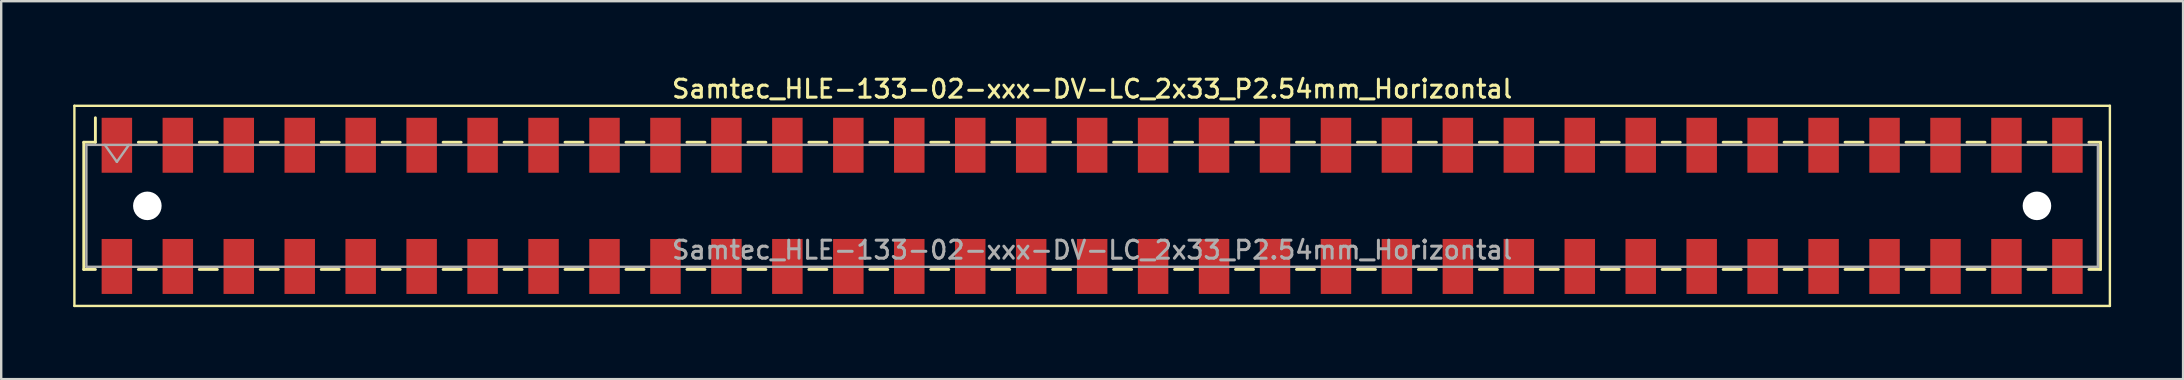
<source format=kicad_pcb>
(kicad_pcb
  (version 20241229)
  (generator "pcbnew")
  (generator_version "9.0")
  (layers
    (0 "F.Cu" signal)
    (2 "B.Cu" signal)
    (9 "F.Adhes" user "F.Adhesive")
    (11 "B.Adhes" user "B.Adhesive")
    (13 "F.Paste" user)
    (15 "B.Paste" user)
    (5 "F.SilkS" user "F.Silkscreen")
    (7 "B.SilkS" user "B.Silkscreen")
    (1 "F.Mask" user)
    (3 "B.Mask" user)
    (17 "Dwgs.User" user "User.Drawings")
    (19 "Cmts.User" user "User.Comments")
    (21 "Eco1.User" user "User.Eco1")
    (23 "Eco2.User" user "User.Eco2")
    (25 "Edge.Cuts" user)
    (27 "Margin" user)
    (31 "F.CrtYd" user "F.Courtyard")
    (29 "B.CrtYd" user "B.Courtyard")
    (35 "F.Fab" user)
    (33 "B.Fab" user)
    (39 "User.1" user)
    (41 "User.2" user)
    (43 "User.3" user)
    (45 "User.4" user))
  (footprint "Samtec_HLE-133-02-xxx-DV-LC_2x33_P2.54mm_Horizontal"
    (layer "F.Cu")
    (at 42.46 5.528)
    (property "Reference" "Samtec_HLE-133-02-xxx-DV-LC_2x33_P2.54mm_Horizontal" (at 0 -4.87 0) (layer "F.SilkS") (effects (font (size 0.75 0.75) (thickness 0.125))))
    (attr smd)
    (fp_line (start -42.41 -4.17) (end 42.41 -4.17) (stroke (width 0.1) (type solid)) (layer "F.SilkS"))
    (fp_line (start -42.41 4.17) (end -42.41 -4.17) (stroke (width 0.1) (type solid)) (layer "F.SilkS"))
    (fp_line (start -42.02 -2.65) (end -42.02 2.65) (stroke (width 0.12) (type solid)) (layer "F.SilkS"))
    (fp_line (start -42.02 2.65) (end -41.535 2.65) (stroke (width 0.12) (type solid)) (layer "F.SilkS"))
    (fp_line (start -41.535 -3.67) (end -41.535 -2.65) (stroke (width 0.12) (type solid)) (layer "F.SilkS"))
    (fp_line (start -41.535 -2.65) (end -42.02 -2.65) (stroke (width 0.12) (type solid)) (layer "F.SilkS"))
    (fp_line (start -39.745 -2.65) (end -38.995 -2.65) (stroke (width 0.12) (type solid)) (layer "F.SilkS"))
    (fp_line (start -39.745 2.65) (end -38.995 2.65) (stroke (width 0.12) (type solid)) (layer "F.SilkS"))
    (fp_line (start -37.205 -2.65) (end -36.455 -2.65) (stroke (width 0.12) (type solid)) (layer "F.SilkS"))
    (fp_line (start -37.205 2.65) (end -36.455 2.65) (stroke (width 0.12) (type solid)) (layer "F.SilkS"))
    (fp_line (start -34.665 -2.65) (end -33.915 -2.65) (stroke (width 0.12) (type solid)) (layer "F.SilkS"))
    (fp_line (start -34.665 2.65) (end -33.915 2.65) (stroke (width 0.12) (type solid)) (layer "F.SilkS"))
    (fp_line (start -32.125 -2.65) (end -31.375 -2.65) (stroke (width 0.12) (type solid)) (layer "F.SilkS"))
    (fp_line (start -32.125 2.65) (end -31.375 2.65) (stroke (width 0.12) (type solid)) (layer "F.SilkS"))
    (fp_line (start -29.585 -2.65) (end -28.835 -2.65) (stroke (width 0.12) (type solid)) (layer "F.SilkS"))
    (fp_line (start -29.585 2.65) (end -28.835 2.65) (stroke (width 0.12) (type solid)) (layer "F.SilkS"))
    (fp_line (start -27.045 -2.65) (end -26.295 -2.65) (stroke (width 0.12) (type solid)) (layer "F.SilkS"))
    (fp_line (start -27.045 2.65) (end -26.295 2.65) (stroke (width 0.12) (type solid)) (layer "F.SilkS"))
    (fp_line (start -24.505 -2.65) (end -23.755 -2.65) (stroke (width 0.12) (type solid)) (layer "F.SilkS"))
    (fp_line (start -24.505 2.65) (end -23.755 2.65) (stroke (width 0.12) (type solid)) (layer "F.SilkS"))
    (fp_line (start -21.965 -2.65) (end -21.215 -2.65) (stroke (width 0.12) (type solid)) (layer "F.SilkS"))
    (fp_line (start -21.965 2.65) (end -21.215 2.65) (stroke (width 0.12) (type solid)) (layer "F.SilkS"))
    (fp_line (start -19.425 -2.65) (end -18.675 -2.65) (stroke (width 0.12) (type solid)) (layer "F.SilkS"))
    (fp_line (start -19.425 2.65) (end -18.675 2.65) (stroke (width 0.12) (type solid)) (layer "F.SilkS"))
    (fp_line (start -16.885 -2.65) (end -16.135 -2.65) (stroke (width 0.12) (type solid)) (layer "F.SilkS"))
    (fp_line (start -16.885 2.65) (end -16.135 2.65) (stroke (width 0.12) (type solid)) (layer "F.SilkS"))
    (fp_line (start -14.345 -2.65) (end -13.595 -2.65) (stroke (width 0.12) (type solid)) (layer "F.SilkS"))
    (fp_line (start -14.345 2.65) (end -13.595 2.65) (stroke (width 0.12) (type solid)) (layer "F.SilkS"))
    (fp_line (start -11.805 -2.65) (end -11.055 -2.65) (stroke (width 0.12) (type solid)) (layer "F.SilkS"))
    (fp_line (start -11.805 2.65) (end -11.055 2.65) (stroke (width 0.12) (type solid)) (layer "F.SilkS"))
    (fp_line (start -9.265 -2.65) (end -8.515 -2.65) (stroke (width 0.12) (type solid)) (layer "F.SilkS"))
    (fp_line (start -9.265 2.65) (end -8.515 2.65) (stroke (width 0.12) (type solid)) (layer "F.SilkS"))
    (fp_line (start -6.725 -2.65) (end -5.975 -2.65) (stroke (width 0.12) (type solid)) (layer "F.SilkS"))
    (fp_line (start -6.725 2.65) (end -5.975 2.65) (stroke (width 0.12) (type solid)) (layer "F.SilkS"))
    (fp_line (start -4.185 -2.65) (end -3.435 -2.65) (stroke (width 0.12) (type solid)) (layer "F.SilkS"))
    (fp_line (start -4.185 2.65) (end -3.435 2.65) (stroke (width 0.12) (type solid)) (layer "F.SilkS"))
    (fp_line (start -1.645 -2.65) (end -0.895 -2.65) (stroke (width 0.12) (type solid)) (layer "F.SilkS"))
    (fp_line (start -1.645 2.65) (end -0.895 2.65) (stroke (width 0.12) (type solid)) (layer "F.SilkS"))
    (fp_line (start 0.895 -2.65) (end 1.645 -2.65) (stroke (width 0.12) (type solid)) (layer "F.SilkS"))
    (fp_line (start 0.895 2.65) (end 1.645 2.65) (stroke (width 0.12) (type solid)) (layer "F.SilkS"))
    (fp_line (start 3.435 -2.65) (end 4.185 -2.65) (stroke (width 0.12) (type solid)) (layer "F.SilkS"))
    (fp_line (start 3.435 2.65) (end 4.185 2.65) (stroke (width 0.12) (type solid)) (layer "F.SilkS"))
    (fp_line (start 5.975 -2.65) (end 6.725 -2.65) (stroke (width 0.12) (type solid)) (layer "F.SilkS"))
    (fp_line (start 5.975 2.65) (end 6.725 2.65) (stroke (width 0.12) (type solid)) (layer "F.SilkS"))
    (fp_line (start 8.515 -2.65) (end 9.265 -2.65) (stroke (width 0.12) (type solid)) (layer "F.SilkS"))
    (fp_line (start 8.515 2.65) (end 9.265 2.65) (stroke (width 0.12) (type solid)) (layer "F.SilkS"))
    (fp_line (start 11.055 -2.65) (end 11.805 -2.65) (stroke (width 0.12) (type solid)) (layer "F.SilkS"))
    (fp_line (start 11.055 2.65) (end 11.805 2.65) (stroke (width 0.12) (type solid)) (layer "F.SilkS"))
    (fp_line (start 13.595 -2.65) (end 14.345 -2.65) (stroke (width 0.12) (type solid)) (layer "F.SilkS"))
    (fp_line (start 13.595 2.65) (end 14.345 2.65) (stroke (width 0.12) (type solid)) (layer "F.SilkS"))
    (fp_line (start 16.135 -2.65) (end 16.885 -2.65) (stroke (width 0.12) (type solid)) (layer "F.SilkS"))
    (fp_line (start 16.135 2.65) (end 16.885 2.65) (stroke (width 0.12) (type solid)) (layer "F.SilkS"))
    (fp_line (start 18.675 -2.65) (end 19.425 -2.65) (stroke (width 0.12) (type solid)) (layer "F.SilkS"))
    (fp_line (start 18.675 2.65) (end 19.425 2.65) (stroke (width 0.12) (type solid)) (layer "F.SilkS"))
    (fp_line (start 21.215 -2.65) (end 21.965 -2.65) (stroke (width 0.12) (type solid)) (layer "F.SilkS"))
    (fp_line (start 21.215 2.65) (end 21.965 2.65) (stroke (width 0.12) (type solid)) (layer "F.SilkS"))
    (fp_line (start 23.755 -2.65) (end 24.505 -2.65) (stroke (width 0.12) (type solid)) (layer "F.SilkS"))
    (fp_line (start 23.755 2.65) (end 24.505 2.65) (stroke (width 0.12) (type solid)) (layer "F.SilkS"))
    (fp_line (start 26.295 -2.65) (end 27.045 -2.65) (stroke (width 0.12) (type solid)) (layer "F.SilkS"))
    (fp_line (start 26.295 2.65) (end 27.045 2.65) (stroke (width 0.12) (type solid)) (layer "F.SilkS"))
    (fp_line (start 28.835 -2.65) (end 29.585 -2.65) (stroke (width 0.12) (type solid)) (layer "F.SilkS"))
    (fp_line (start 28.835 2.65) (end 29.585 2.65) (stroke (width 0.12) (type solid)) (layer "F.SilkS"))
    (fp_line (start 31.375 -2.65) (end 32.125 -2.65) (stroke (width 0.12) (type solid)) (layer "F.SilkS"))
    (fp_line (start 31.375 2.65) (end 32.125 2.65) (stroke (width 0.12) (type solid)) (layer "F.SilkS"))
    (fp_line (start 33.915 -2.65) (end 34.665 -2.65) (stroke (width 0.12) (type solid)) (layer "F.SilkS"))
    (fp_line (start 33.915 2.65) (end 34.665 2.65) (stroke (width 0.12) (type solid)) (layer "F.SilkS"))
    (fp_line (start 36.455 -2.65) (end 37.205 -2.65) (stroke (width 0.12) (type solid)) (layer "F.SilkS"))
    (fp_line (start 36.455 2.65) (end 37.205 2.65) (stroke (width 0.12) (type solid)) (layer "F.SilkS"))
    (fp_line (start 38.995 -2.65) (end 39.745 -2.65) (stroke (width 0.12) (type solid)) (layer "F.SilkS"))
    (fp_line (start 38.995 2.65) (end 39.745 2.65) (stroke (width 0.12) (type solid)) (layer "F.SilkS"))
    (fp_line (start 41.535 -2.65) (end 42.02 -2.65) (stroke (width 0.12) (type solid)) (layer "F.SilkS"))
    (fp_line (start 42.02 -2.65) (end 42.02 2.65) (stroke (width 0.12) (type solid)) (layer "F.SilkS"))
    (fp_line (start 42.02 2.65) (end 41.535 2.65) (stroke (width 0.12) (type solid)) (layer "F.SilkS"))
    (fp_line (start 42.41 -4.17) (end 42.41 4.17) (stroke (width 0.1) (type solid)) (layer "F.SilkS"))
    (fp_line (start 42.41 4.17) (end -42.41 4.17) (stroke (width 0.1) (type solid)) (layer "F.SilkS"))
    (fp_line (start -41.91 -2.54) (end 41.91 -2.54) (stroke (width 0.1) (type solid)) (layer "F.Fab"))
    (fp_line (start -41.91 2.54) (end -41.91 -2.54) (stroke (width 0.1) (type solid)) (layer "F.Fab"))
    (fp_line (start -41.14 -2.54) (end -40.64 -1.833) (stroke (width 0.1) (type solid)) (layer "F.Fab"))
    (fp_line (start -40.64 -1.833) (end -40.14 -2.54) (stroke (width 0.1) (type solid)) (layer "F.Fab"))
    (fp_line (start 41.91 -2.54) (end 41.91 2.54) (stroke (width 0.1) (type solid)) (layer "F.Fab"))
    (fp_line (start 41.91 2.54) (end -41.91 2.54) (stroke (width 0.1) (type solid)) (layer "F.Fab"))
    (fp_text user "${REFERENCE}" (at 0 1.84 0) (layer "F.Fab") (effects (font (size 0.75 0.75) (thickness 0.125))))
    (pad "" np_thru_hole circle (at -39.37 0) (size 1.19 1.19) (drill 1.19) (layers "*.Cu" "*.Mask"))
    (pad "" np_thru_hole circle (at 39.37 0) (size 1.19 1.19) (drill 1.19) (layers "*.Cu" "*.Mask"))
    (pad "1" smd rect (at -40.64 -2.525) (size 1.27 2.29) (layers "F.Cu" "F.Mask" "F.Paste"))
    (pad "2" smd rect (at -40.64 2.525) (size 1.27 2.29) (layers "F.Cu" "F.Mask" "F.Paste"))
    (pad "3" smd rect (at -38.1 -2.525) (size 1.27 2.29) (layers "F.Cu" "F.Mask" "F.Paste"))
    (pad "4" smd rect (at -38.1 2.525) (size 1.27 2.29) (layers "F.Cu" "F.Mask" "F.Paste"))
    (pad "5" smd rect (at -35.56 -2.525) (size 1.27 2.29) (layers "F.Cu" "F.Mask" "F.Paste"))
    (pad "6" smd rect (at -35.56 2.525) (size 1.27 2.29) (layers "F.Cu" "F.Mask" "F.Paste"))
    (pad "7" smd rect (at -33.02 -2.525) (size 1.27 2.29) (layers "F.Cu" "F.Mask" "F.Paste"))
    (pad "8" smd rect (at -33.02 2.525) (size 1.27 2.29) (layers "F.Cu" "F.Mask" "F.Paste"))
    (pad "9" smd rect (at -30.48 -2.525) (size 1.27 2.29) (layers "F.Cu" "F.Mask" "F.Paste"))
    (pad "10" smd rect (at -30.48 2.525) (size 1.27 2.29) (layers "F.Cu" "F.Mask" "F.Paste"))
    (pad "11" smd rect (at -27.94 -2.525) (size 1.27 2.29) (layers "F.Cu" "F.Mask" "F.Paste"))
    (pad "12" smd rect (at -27.94 2.525) (size 1.27 2.29) (layers "F.Cu" "F.Mask" "F.Paste"))
    (pad "13" smd rect (at -25.4 -2.525) (size 1.27 2.29) (layers "F.Cu" "F.Mask" "F.Paste"))
    (pad "14" smd rect (at -25.4 2.525) (size 1.27 2.29) (layers "F.Cu" "F.Mask" "F.Paste"))
    (pad "15" smd rect (at -22.86 -2.525) (size 1.27 2.29) (layers "F.Cu" "F.Mask" "F.Paste"))
    (pad "16" smd rect (at -22.86 2.525) (size 1.27 2.29) (layers "F.Cu" "F.Mask" "F.Paste"))
    (pad "17" smd rect (at -20.32 -2.525) (size 1.27 2.29) (layers "F.Cu" "F.Mask" "F.Paste"))
    (pad "18" smd rect (at -20.32 2.525) (size 1.27 2.29) (layers "F.Cu" "F.Mask" "F.Paste"))
    (pad "19" smd rect (at -17.78 -2.525) (size 1.27 2.29) (layers "F.Cu" "F.Mask" "F.Paste"))
    (pad "20" smd rect (at -17.78 2.525) (size 1.27 2.29) (layers "F.Cu" "F.Mask" "F.Paste"))
    (pad "21" smd rect (at -15.24 -2.525) (size 1.27 2.29) (layers "F.Cu" "F.Mask" "F.Paste"))
    (pad "22" smd rect (at -15.24 2.525) (size 1.27 2.29) (layers "F.Cu" "F.Mask" "F.Paste"))
    (pad "23" smd rect (at -12.7 -2.525) (size 1.27 2.29) (layers "F.Cu" "F.Mask" "F.Paste"))
    (pad "24" smd rect (at -12.7 2.525) (size 1.27 2.29) (layers "F.Cu" "F.Mask" "F.Paste"))
    (pad "25" smd rect (at -10.16 -2.525) (size 1.27 2.29) (layers "F.Cu" "F.Mask" "F.Paste"))
    (pad "26" smd rect (at -10.16 2.525) (size 1.27 2.29) (layers "F.Cu" "F.Mask" "F.Paste"))
    (pad "27" smd rect (at -7.62 -2.525) (size 1.27 2.29) (layers "F.Cu" "F.Mask" "F.Paste"))
    (pad "28" smd rect (at -7.62 2.525) (size 1.27 2.29) (layers "F.Cu" "F.Mask" "F.Paste"))
    (pad "29" smd rect (at -5.08 -2.525) (size 1.27 2.29) (layers "F.Cu" "F.Mask" "F.Paste"))
    (pad "30" smd rect (at -5.08 2.525) (size 1.27 2.29) (layers "F.Cu" "F.Mask" "F.Paste"))
    (pad "31" smd rect (at -2.54 -2.525) (size 1.27 2.29) (layers "F.Cu" "F.Mask" "F.Paste"))
    (pad "32" smd rect (at -2.54 2.525) (size 1.27 2.29) (layers "F.Cu" "F.Mask" "F.Paste"))
    (pad "33" smd rect (at 0 -2.525) (size 1.27 2.29) (layers "F.Cu" "F.Mask" "F.Paste"))
    (pad "34" smd rect (at 0 2.525) (size 1.27 2.29) (layers "F.Cu" "F.Mask" "F.Paste"))
    (pad "35" smd rect (at 2.54 -2.525) (size 1.27 2.29) (layers "F.Cu" "F.Mask" "F.Paste"))
    (pad "36" smd rect (at 2.54 2.525) (size 1.27 2.29) (layers "F.Cu" "F.Mask" "F.Paste"))
    (pad "37" smd rect (at 5.08 -2.525) (size 1.27 2.29) (layers "F.Cu" "F.Mask" "F.Paste"))
    (pad "38" smd rect (at 5.08 2.525) (size 1.27 2.29) (layers "F.Cu" "F.Mask" "F.Paste"))
    (pad "39" smd rect (at 7.62 -2.525) (size 1.27 2.29) (layers "F.Cu" "F.Mask" "F.Paste"))
    (pad "40" smd rect (at 7.62 2.525) (size 1.27 2.29) (layers "F.Cu" "F.Mask" "F.Paste"))
    (pad "41" smd rect (at 10.16 -2.525) (size 1.27 2.29) (layers "F.Cu" "F.Mask" "F.Paste"))
    (pad "42" smd rect (at 10.16 2.525) (size 1.27 2.29) (layers "F.Cu" "F.Mask" "F.Paste"))
    (pad "43" smd rect (at 12.7 -2.525) (size 1.27 2.29) (layers "F.Cu" "F.Mask" "F.Paste"))
    (pad "44" smd rect (at 12.7 2.525) (size 1.27 2.29) (layers "F.Cu" "F.Mask" "F.Paste"))
    (pad "45" smd rect (at 15.24 -2.525) (size 1.27 2.29) (layers "F.Cu" "F.Mask" "F.Paste"))
    (pad "46" smd rect (at 15.24 2.525) (size 1.27 2.29) (layers "F.Cu" "F.Mask" "F.Paste"))
    (pad "47" smd rect (at 17.78 -2.525) (size 1.27 2.29) (layers "F.Cu" "F.Mask" "F.Paste"))
    (pad "48" smd rect (at 17.78 2.525) (size 1.27 2.29) (layers "F.Cu" "F.Mask" "F.Paste"))
    (pad "49" smd rect (at 20.32 -2.525) (size 1.27 2.29) (layers "F.Cu" "F.Mask" "F.Paste"))
    (pad "50" smd rect (at 20.32 2.525) (size 1.27 2.29) (layers "F.Cu" "F.Mask" "F.Paste"))
    (pad "51" smd rect (at 22.86 -2.525) (size 1.27 2.29) (layers "F.Cu" "F.Mask" "F.Paste"))
    (pad "52" smd rect (at 22.86 2.525) (size 1.27 2.29) (layers "F.Cu" "F.Mask" "F.Paste"))
    (pad "53" smd rect (at 25.4 -2.525) (size 1.27 2.29) (layers "F.Cu" "F.Mask" "F.Paste"))
    (pad "54" smd rect (at 25.4 2.525) (size 1.27 2.29) (layers "F.Cu" "F.Mask" "F.Paste"))
    (pad "55" smd rect (at 27.94 -2.525) (size 1.27 2.29) (layers "F.Cu" "F.Mask" "F.Paste"))
    (pad "56" smd rect (at 27.94 2.525) (size 1.27 2.29) (layers "F.Cu" "F.Mask" "F.Paste"))
    (pad "57" smd rect (at 30.48 -2.525) (size 1.27 2.29) (layers "F.Cu" "F.Mask" "F.Paste"))
    (pad "58" smd rect (at 30.48 2.525) (size 1.27 2.29) (layers "F.Cu" "F.Mask" "F.Paste"))
    (pad "59" smd rect (at 33.02 -2.525) (size 1.27 2.29) (layers "F.Cu" "F.Mask" "F.Paste"))
    (pad "60" smd rect (at 33.02 2.525) (size 1.27 2.29) (layers "F.Cu" "F.Mask" "F.Paste"))
    (pad "61" smd rect (at 35.56 -2.525) (size 1.27 2.29) (layers "F.Cu" "F.Mask" "F.Paste"))
    (pad "62" smd rect (at 35.56 2.525) (size 1.27 2.29) (layers "F.Cu" "F.Mask" "F.Paste"))
    (pad "63" smd rect (at 38.1 -2.525) (size 1.27 2.29) (layers "F.Cu" "F.Mask" "F.Paste"))
    (pad "64" smd rect (at 38.1 2.525) (size 1.27 2.29) (layers "F.Cu" "F.Mask" "F.Paste"))
    (pad "65" smd rect (at 40.64 -2.525) (size 1.27 2.29) (layers "F.Cu" "F.Mask" "F.Paste"))
    (pad "66" smd rect (at 40.64 2.525) (size 1.27 2.29) (layers "F.Cu" "F.Mask" "F.Paste")))
  (gr_rect
    (start -3 -3)
    (end 87.92 12.748)
    (stroke (width 0.1) (type default))
    (fill no)
    (layer "Edge.Cuts")))
</source>
